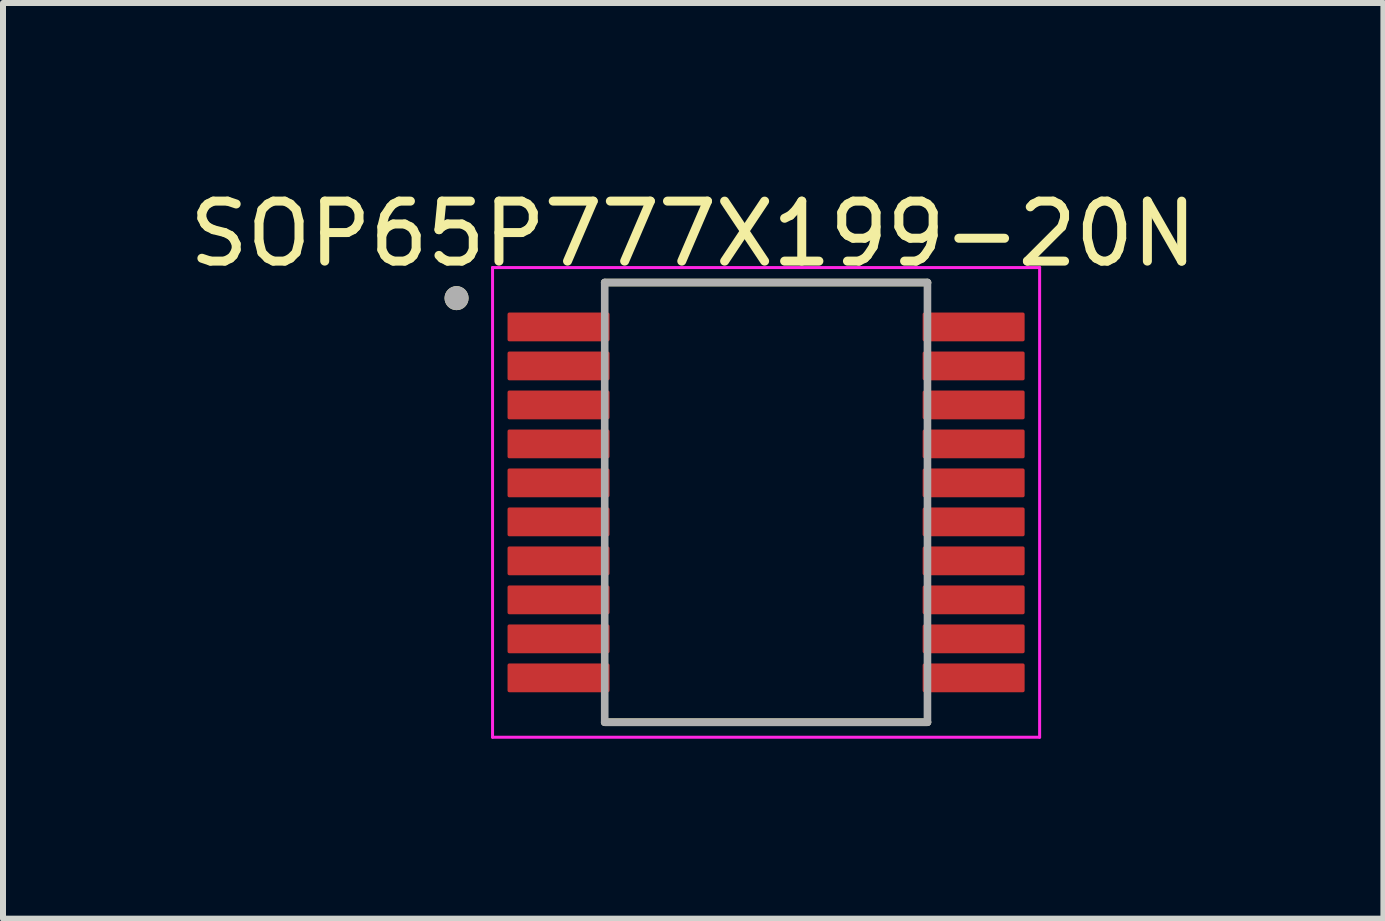
<source format=kicad_pcb>
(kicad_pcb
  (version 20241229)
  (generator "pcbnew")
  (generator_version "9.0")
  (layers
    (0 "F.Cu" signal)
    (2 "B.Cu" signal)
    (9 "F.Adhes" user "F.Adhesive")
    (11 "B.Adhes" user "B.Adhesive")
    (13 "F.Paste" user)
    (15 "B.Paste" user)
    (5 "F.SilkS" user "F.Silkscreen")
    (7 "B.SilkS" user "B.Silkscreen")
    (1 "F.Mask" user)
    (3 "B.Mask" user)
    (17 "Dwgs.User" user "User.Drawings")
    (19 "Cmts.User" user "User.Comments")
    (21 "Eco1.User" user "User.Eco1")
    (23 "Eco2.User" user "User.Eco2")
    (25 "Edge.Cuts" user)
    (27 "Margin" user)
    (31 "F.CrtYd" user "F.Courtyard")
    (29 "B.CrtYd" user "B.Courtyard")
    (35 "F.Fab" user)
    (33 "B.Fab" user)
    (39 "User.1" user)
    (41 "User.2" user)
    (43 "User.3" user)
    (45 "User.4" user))
  (footprint "SOP65P777X199-20N"
    (layer "F.Cu")
    (at 9.721 5.325)
    (property "Reference" "SOP65P777X199-20N" (at -1.215 -4.477 0) (layer "F.SilkS") (effects (font (size 1 1) (thickness 0.15))))
    (attr smd)
    (fp_line (start -2.69 -3.665) (end 2.69 -3.665) (stroke (width 0.127) (type solid)) (layer "F.SilkS"))
    (fp_line (start -2.69 3.665) (end 2.69 3.665) (stroke (width 0.127) (type solid)) (layer "F.SilkS"))
    (fp_circle (center -5.16 -3.405) (end -5.06 -3.405) (stroke (width 0.2) (type solid)) (fill no) (layer "F.SilkS"))
    (fp_line (start -4.56 -3.915) (end -4.56 3.915) (stroke (width 0.05) (type solid)) (layer "F.CrtYd"))
    (fp_line (start -4.56 -3.915) (end 4.56 -3.915) (stroke (width 0.05) (type solid)) (layer "F.CrtYd"))
    (fp_line (start -4.56 3.915) (end 4.56 3.915) (stroke (width 0.05) (type solid)) (layer "F.CrtYd"))
    (fp_line (start 4.56 -3.915) (end 4.56 3.915) (stroke (width 0.05) (type solid)) (layer "F.CrtYd"))
    (fp_line (start -2.69 -3.665) (end -2.69 3.665) (stroke (width 0.127) (type solid)) (layer "F.Fab"))
    (fp_line (start -2.69 -3.665) (end 2.69 -3.665) (stroke (width 0.127) (type solid)) (layer "F.Fab"))
    (fp_line (start -2.69 3.665) (end 2.69 3.665) (stroke (width 0.127) (type solid)) (layer "F.Fab"))
    (fp_line (start 2.69 -3.665) (end 2.69 3.665) (stroke (width 0.127) (type solid)) (layer "F.Fab"))
    (fp_circle (center -5.16 -3.405) (end -5.06 -3.405) (stroke (width 0.2) (type solid)) (fill no) (layer "F.Fab"))
    (pad "1" smd roundrect (at -3.46 -2.925) (size 1.7 0.48) (layers "F.Cu" "F.Mask" "F.Paste") (roundrect_rratio 0.06))
    (pad "2" smd roundrect (at -3.46 -2.275) (size 1.7 0.48) (layers "F.Cu" "F.Mask" "F.Paste") (roundrect_rratio 0.06))
    (pad "3" smd roundrect (at -3.46 -1.625) (size 1.7 0.48) (layers "F.Cu" "F.Mask" "F.Paste") (roundrect_rratio 0.06))
    (pad "4" smd roundrect (at -3.46 -0.975) (size 1.7 0.48) (layers "F.Cu" "F.Mask" "F.Paste") (roundrect_rratio 0.06))
    (pad "5" smd roundrect (at -3.46 -0.325) (size 1.7 0.48) (layers "F.Cu" "F.Mask" "F.Paste") (roundrect_rratio 0.06))
    (pad "6" smd roundrect (at -3.46 0.325) (size 1.7 0.48) (layers "F.Cu" "F.Mask" "F.Paste") (roundrect_rratio 0.06))
    (pad "7" smd roundrect (at -3.46 0.975) (size 1.7 0.48) (layers "F.Cu" "F.Mask" "F.Paste") (roundrect_rratio 0.06))
    (pad "8" smd roundrect (at -3.46 1.625) (size 1.7 0.48) (layers "F.Cu" "F.Mask" "F.Paste") (roundrect_rratio 0.06))
    (pad "9" smd roundrect (at -3.46 2.275) (size 1.7 0.48) (layers "F.Cu" "F.Mask" "F.Paste") (roundrect_rratio 0.06))
    (pad "10" smd roundrect (at -3.46 2.925) (size 1.7 0.48) (layers "F.Cu" "F.Mask" "F.Paste") (roundrect_rratio 0.06))
    (pad "11" smd roundrect (at 3.46 2.925) (size 1.7 0.48) (layers "F.Cu" "F.Mask" "F.Paste") (roundrect_rratio 0.06))
    (pad "12" smd roundrect (at 3.46 2.275) (size 1.7 0.48) (layers "F.Cu" "F.Mask" "F.Paste") (roundrect_rratio 0.06))
    (pad "13" smd roundrect (at 3.46 1.625) (size 1.7 0.48) (layers "F.Cu" "F.Mask" "F.Paste") (roundrect_rratio 0.06))
    (pad "14" smd roundrect (at 3.46 0.975) (size 1.7 0.48) (layers "F.Cu" "F.Mask" "F.Paste") (roundrect_rratio 0.06))
    (pad "15" smd roundrect (at 3.46 0.325) (size 1.7 0.48) (layers "F.Cu" "F.Mask" "F.Paste") (roundrect_rratio 0.06))
    (pad "16" smd roundrect (at 3.46 -0.325) (size 1.7 0.48) (layers "F.Cu" "F.Mask" "F.Paste") (roundrect_rratio 0.06))
    (pad "17" smd roundrect (at 3.46 -0.975) (size 1.7 0.48) (layers "F.Cu" "F.Mask" "F.Paste") (roundrect_rratio 0.06))
    (pad "18" smd roundrect (at 3.46 -1.625) (size 1.7 0.48) (layers "F.Cu" "F.Mask" "F.Paste") (roundrect_rratio 0.06))
    (pad "19" smd roundrect (at 3.46 -2.275) (size 1.7 0.48) (layers "F.Cu" "F.Mask" "F.Paste") (roundrect_rratio 0.06))
    (pad "20" smd roundrect (at 3.46 -2.925) (size 1.7 0.48) (layers "F.Cu" "F.Mask" "F.Paste") (roundrect_rratio 0.06)))
  (gr_rect
    (start -3 -3)
    (end 20.012 12.265)
    (stroke (width 0.1) (type default))
    (fill no)
    (layer "Edge.Cuts")))
</source>
